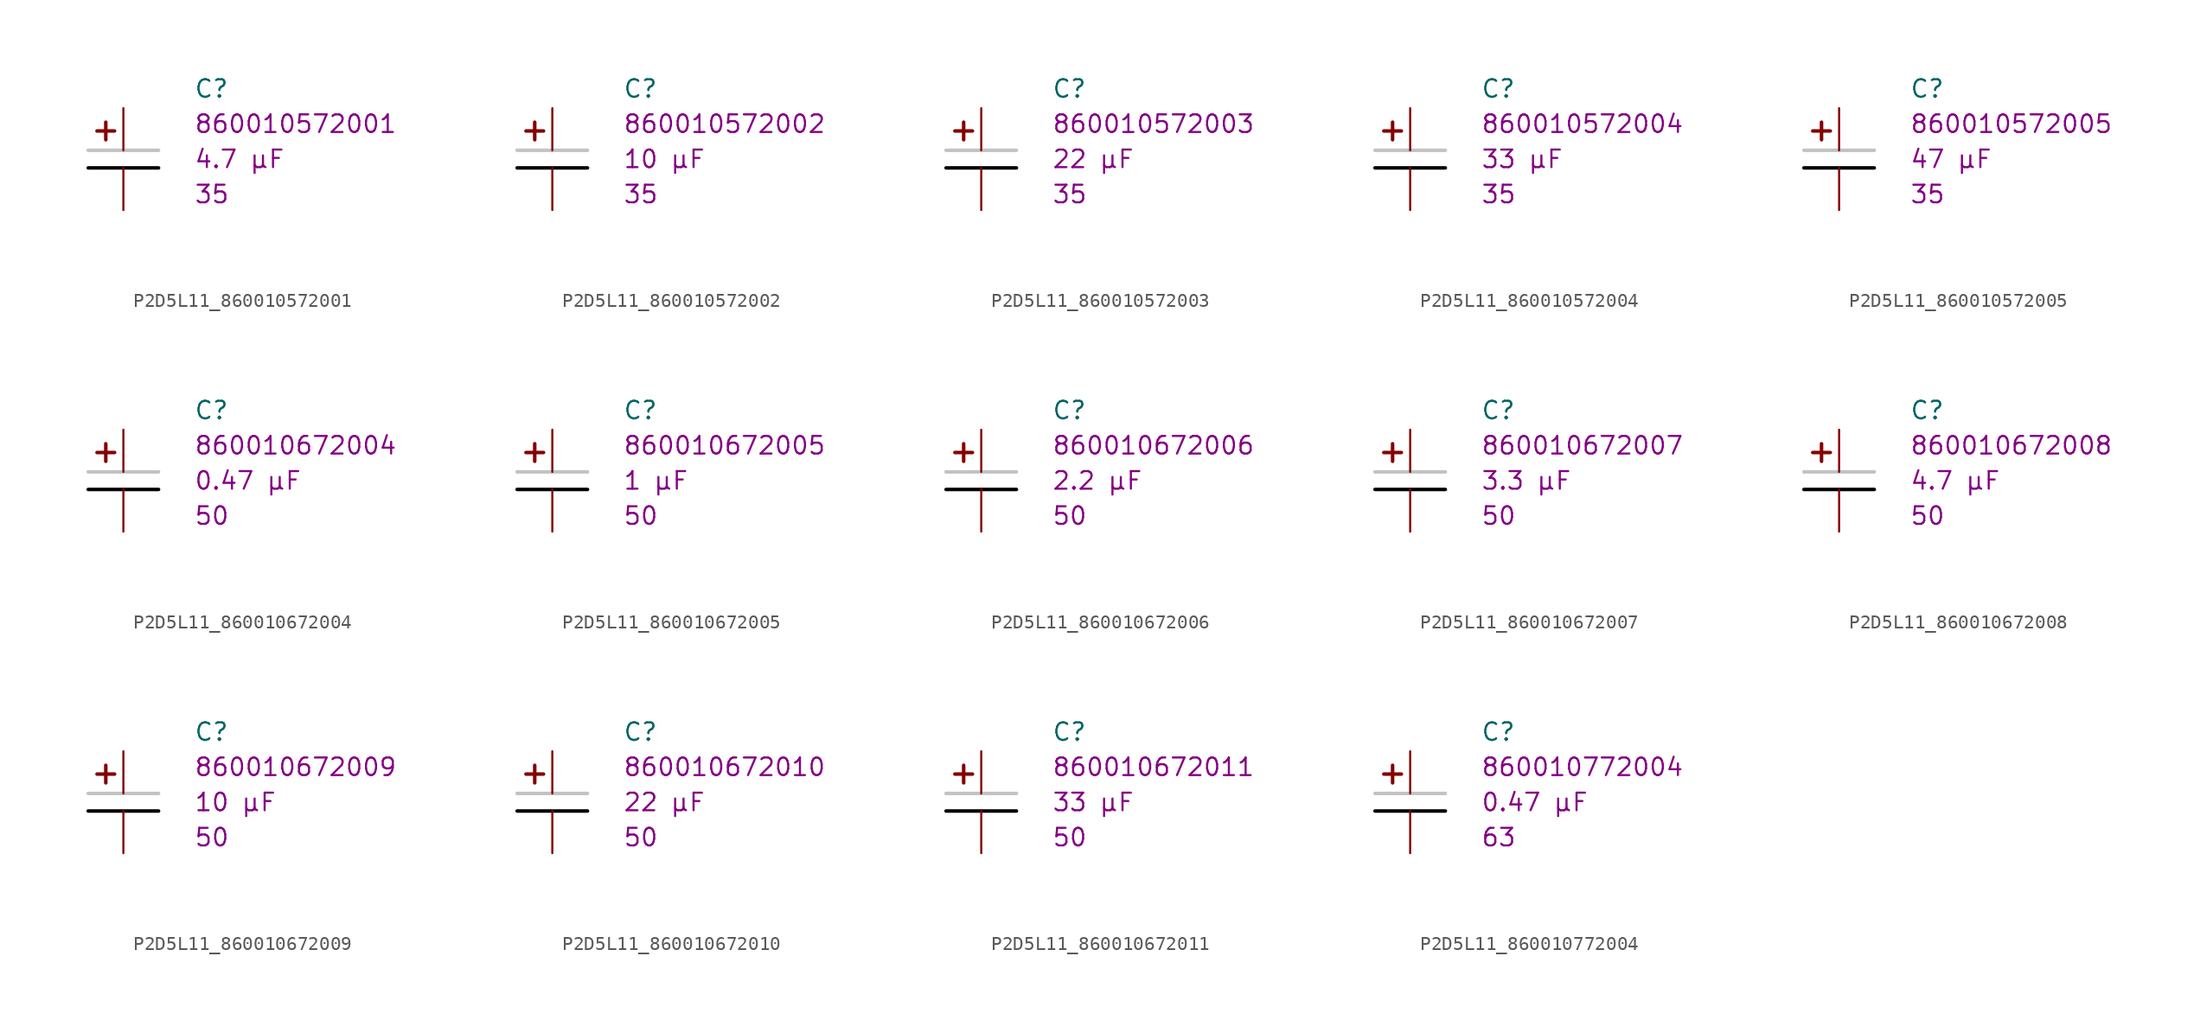
<source format=kicad_sym>
(kicad_symbol_lib
  (version 20220914)
  (generator kicad_symbol_editor)
  (symbol "P2D5L11_860010572001"
    (pin_numbers hide)
    (pin_names hide)
    (property "Reference" "C"
      (at 5.08 5.08 0)
      (effects (font (size 1.27 1.27)) (justify left)))
    (property "Part Number" "860010572001"
      (at 5.08 2.54 0)
      (effects (font (size 1.27 1.27)) (justify left)))
    (property "Capacitance" "4.7 µF"
      (at 5.08 0 0)
      (effects (font (size 1.27 1.27)) (justify left)))
    (property "Voltage" "35"
      (at 5.08 -2.54 0)
      (effects (font (size 1.27 1.27)) (justify left)))
    (property "Critical Parameter" ""
      (at 0 -7.62 0)
      (effects (font (size 1.27 1.27))))
    (symbol "P2D5L11_860010572001_1_1"
      (polyline (pts (xy -1.27 2.667) (xy -1.27 1.397)) (stroke (width 0.254) (type default)) (fill (type none)))
      (polyline (pts (xy -0.635 2.032) (xy -1.905 2.032)) (stroke (width 0.254) (type default)) (fill (type none)))
      (polyline (pts (xy 2.54 -0.635) (xy -2.54 -0.635)) (stroke (width 0.254) (type default) (color 0 0 0 1)) (fill (type none)))
      (polyline (pts (xy 2.54 0.635) (xy -2.54 0.635)) (stroke (width 0.254) (type default) (color 194 194 194 1)) (fill (type none)))
      (pin passive line (at 0 3.679 270) (length 3.044) (name "1" (effects (font (size 1.27 1.27)))) (number "1" (effects (font (size 1.27 1.27)))))
      (pin passive line (at 0 -3.679 90) (length 3.044) (name "2" (effects (font (size 1.27 1.27)))) (number "2" (effects (font (size 1.27 1.27)))))))
  (symbol "P2D5L11_860010572002"
    (pin_numbers hide)
    (pin_names hide)
    (property "Reference" "C"
      (at 5.08 5.08 0)
      (effects (font (size 1.27 1.27)) (justify left)))
    (property "Part Number" "860010572002"
      (at 5.08 2.54 0)
      (effects (font (size 1.27 1.27)) (justify left)))
    (property "Capacitance" "10 µF"
      (at 5.08 0 0)
      (effects (font (size 1.27 1.27)) (justify left)))
    (property "Voltage" "35"
      (at 5.08 -2.54 0)
      (effects (font (size 1.27 1.27)) (justify left)))
    (property "Critical Parameter" ""
      (at 0 -7.62 0)
      (effects (font (size 1.27 1.27))))
    (symbol "P2D5L11_860010572002_1_1"
      (polyline (pts (xy -1.27 2.667) (xy -1.27 1.397)) (stroke (width 0.254) (type default)) (fill (type none)))
      (polyline (pts (xy -0.635 2.032) (xy -1.905 2.032)) (stroke (width 0.254) (type default)) (fill (type none)))
      (polyline (pts (xy 2.54 -0.635) (xy -2.54 -0.635)) (stroke (width 0.254) (type default) (color 0 0 0 1)) (fill (type none)))
      (polyline (pts (xy 2.54 0.635) (xy -2.54 0.635)) (stroke (width 0.254) (type default) (color 194 194 194 1)) (fill (type none)))
      (pin passive line (at 0 3.679 270) (length 3.044) (name "1" (effects (font (size 1.27 1.27)))) (number "1" (effects (font (size 1.27 1.27)))))
      (pin passive line (at 0 -3.679 90) (length 3.044) (name "2" (effects (font (size 1.27 1.27)))) (number "2" (effects (font (size 1.27 1.27)))))))
  (symbol "P2D5L11_860010572003"
    (pin_numbers hide)
    (pin_names hide)
    (property "Reference" "C"
      (at 5.08 5.08 0)
      (effects (font (size 1.27 1.27)) (justify left)))
    (property "Part Number" "860010572003"
      (at 5.08 2.54 0)
      (effects (font (size 1.27 1.27)) (justify left)))
    (property "Capacitance" "22 µF"
      (at 5.08 0 0)
      (effects (font (size 1.27 1.27)) (justify left)))
    (property "Voltage" "35"
      (at 5.08 -2.54 0)
      (effects (font (size 1.27 1.27)) (justify left)))
    (property "Critical Parameter" ""
      (at 0 -7.62 0)
      (effects (font (size 1.27 1.27))))
    (symbol "P2D5L11_860010572003_1_1"
      (polyline (pts (xy -1.27 2.667) (xy -1.27 1.397)) (stroke (width 0.254) (type default)) (fill (type none)))
      (polyline (pts (xy -0.635 2.032) (xy -1.905 2.032)) (stroke (width 0.254) (type default)) (fill (type none)))
      (polyline (pts (xy 2.54 -0.635) (xy -2.54 -0.635)) (stroke (width 0.254) (type default) (color 0 0 0 1)) (fill (type none)))
      (polyline (pts (xy 2.54 0.635) (xy -2.54 0.635)) (stroke (width 0.254) (type default) (color 194 194 194 1)) (fill (type none)))
      (pin passive line (at 0 3.679 270) (length 3.044) (name "1" (effects (font (size 1.27 1.27)))) (number "1" (effects (font (size 1.27 1.27)))))
      (pin passive line (at 0 -3.679 90) (length 3.044) (name "2" (effects (font (size 1.27 1.27)))) (number "2" (effects (font (size 1.27 1.27)))))))
  (symbol "P2D5L11_860010572004"
    (pin_numbers hide)
    (pin_names hide)
    (property "Reference" "C"
      (at 5.08 5.08 0)
      (effects (font (size 1.27 1.27)) (justify left)))
    (property "Part Number" "860010572004"
      (at 5.08 2.54 0)
      (effects (font (size 1.27 1.27)) (justify left)))
    (property "Capacitance" "33 µF"
      (at 5.08 0 0)
      (effects (font (size 1.27 1.27)) (justify left)))
    (property "Voltage" "35"
      (at 5.08 -2.54 0)
      (effects (font (size 1.27 1.27)) (justify left)))
    (property "Critical Parameter" ""
      (at 0 -7.62 0)
      (effects (font (size 1.27 1.27))))
    (symbol "P2D5L11_860010572004_1_1"
      (polyline (pts (xy -1.27 2.667) (xy -1.27 1.397)) (stroke (width 0.254) (type default)) (fill (type none)))
      (polyline (pts (xy -0.635 2.032) (xy -1.905 2.032)) (stroke (width 0.254) (type default)) (fill (type none)))
      (polyline (pts (xy 2.54 -0.635) (xy -2.54 -0.635)) (stroke (width 0.254) (type default) (color 0 0 0 1)) (fill (type none)))
      (polyline (pts (xy 2.54 0.635) (xy -2.54 0.635)) (stroke (width 0.254) (type default) (color 194 194 194 1)) (fill (type none)))
      (pin passive line (at 0 3.679 270) (length 3.044) (name "1" (effects (font (size 1.27 1.27)))) (number "1" (effects (font (size 1.27 1.27)))))
      (pin passive line (at 0 -3.679 90) (length 3.044) (name "2" (effects (font (size 1.27 1.27)))) (number "2" (effects (font (size 1.27 1.27)))))))
  (symbol "P2D5L11_860010572005"
    (pin_numbers hide)
    (pin_names hide)
    (property "Reference" "C"
      (at 5.08 5.08 0)
      (effects (font (size 1.27 1.27)) (justify left)))
    (property "Part Number" "860010572005"
      (at 5.08 2.54 0)
      (effects (font (size 1.27 1.27)) (justify left)))
    (property "Capacitance" "47 µF"
      (at 5.08 0 0)
      (effects (font (size 1.27 1.27)) (justify left)))
    (property "Voltage" "35"
      (at 5.08 -2.54 0)
      (effects (font (size 1.27 1.27)) (justify left)))
    (property "Critical Parameter" ""
      (at 0 -7.62 0)
      (effects (font (size 1.27 1.27))))
    (symbol "P2D5L11_860010572005_1_1"
      (polyline (pts (xy -1.27 2.667) (xy -1.27 1.397)) (stroke (width 0.254) (type default)) (fill (type none)))
      (polyline (pts (xy -0.635 2.032) (xy -1.905 2.032)) (stroke (width 0.254) (type default)) (fill (type none)))
      (polyline (pts (xy 2.54 -0.635) (xy -2.54 -0.635)) (stroke (width 0.254) (type default) (color 0 0 0 1)) (fill (type none)))
      (polyline (pts (xy 2.54 0.635) (xy -2.54 0.635)) (stroke (width 0.254) (type default) (color 194 194 194 1)) (fill (type none)))
      (pin passive line (at 0 3.679 270) (length 3.044) (name "1" (effects (font (size 1.27 1.27)))) (number "1" (effects (font (size 1.27 1.27)))))
      (pin passive line (at 0 -3.679 90) (length 3.044) (name "2" (effects (font (size 1.27 1.27)))) (number "2" (effects (font (size 1.27 1.27)))))))
  (symbol "P2D5L11_860010672004"
    (pin_numbers hide)
    (pin_names hide)
    (property "Reference" "C"
      (at 5.08 5.08 0)
      (effects (font (size 1.27 1.27)) (justify left)))
    (property "Part Number" "860010672004"
      (at 5.08 2.54 0)
      (effects (font (size 1.27 1.27)) (justify left)))
    (property "Capacitance" "0.47 µF"
      (at 5.08 0 0)
      (effects (font (size 1.27 1.27)) (justify left)))
    (property "Voltage" "50"
      (at 5.08 -2.54 0)
      (effects (font (size 1.27 1.27)) (justify left)))
    (property "Critical Parameter" ""
      (at 0 -7.62 0)
      (effects (font (size 1.27 1.27))))
    (symbol "P2D5L11_860010672004_1_1"
      (polyline (pts (xy -1.27 2.667) (xy -1.27 1.397)) (stroke (width 0.254) (type default)) (fill (type none)))
      (polyline (pts (xy -0.635 2.032) (xy -1.905 2.032)) (stroke (width 0.254) (type default)) (fill (type none)))
      (polyline (pts (xy 2.54 -0.635) (xy -2.54 -0.635)) (stroke (width 0.254) (type default) (color 0 0 0 1)) (fill (type none)))
      (polyline (pts (xy 2.54 0.635) (xy -2.54 0.635)) (stroke (width 0.254) (type default) (color 194 194 194 1)) (fill (type none)))
      (pin passive line (at 0 3.679 270) (length 3.044) (name "1" (effects (font (size 1.27 1.27)))) (number "1" (effects (font (size 1.27 1.27)))))
      (pin passive line (at 0 -3.679 90) (length 3.044) (name "2" (effects (font (size 1.27 1.27)))) (number "2" (effects (font (size 1.27 1.27)))))))
  (symbol "P2D5L11_860010672005"
    (pin_numbers hide)
    (pin_names hide)
    (property "Reference" "C"
      (at 5.08 5.08 0)
      (effects (font (size 1.27 1.27)) (justify left)))
    (property "Part Number" "860010672005"
      (at 5.08 2.54 0)
      (effects (font (size 1.27 1.27)) (justify left)))
    (property "Capacitance" "1 µF"
      (at 5.08 0 0)
      (effects (font (size 1.27 1.27)) (justify left)))
    (property "Voltage" "50"
      (at 5.08 -2.54 0)
      (effects (font (size 1.27 1.27)) (justify left)))
    (property "Critical Parameter" ""
      (at 0 -7.62 0)
      (effects (font (size 1.27 1.27))))
    (symbol "P2D5L11_860010672005_1_1"
      (polyline (pts (xy -1.27 2.667) (xy -1.27 1.397)) (stroke (width 0.254) (type default)) (fill (type none)))
      (polyline (pts (xy -0.635 2.032) (xy -1.905 2.032)) (stroke (width 0.254) (type default)) (fill (type none)))
      (polyline (pts (xy 2.54 -0.635) (xy -2.54 -0.635)) (stroke (width 0.254) (type default) (color 0 0 0 1)) (fill (type none)))
      (polyline (pts (xy 2.54 0.635) (xy -2.54 0.635)) (stroke (width 0.254) (type default) (color 194 194 194 1)) (fill (type none)))
      (pin passive line (at 0 3.679 270) (length 3.044) (name "1" (effects (font (size 1.27 1.27)))) (number "1" (effects (font (size 1.27 1.27)))))
      (pin passive line (at 0 -3.679 90) (length 3.044) (name "2" (effects (font (size 1.27 1.27)))) (number "2" (effects (font (size 1.27 1.27)))))))
  (symbol "P2D5L11_860010672006"
    (pin_numbers hide)
    (pin_names hide)
    (property "Reference" "C"
      (at 5.08 5.08 0)
      (effects (font (size 1.27 1.27)) (justify left)))
    (property "Part Number" "860010672006"
      (at 5.08 2.54 0)
      (effects (font (size 1.27 1.27)) (justify left)))
    (property "Capacitance" "2.2 µF"
      (at 5.08 0 0)
      (effects (font (size 1.27 1.27)) (justify left)))
    (property "Voltage" "50"
      (at 5.08 -2.54 0)
      (effects (font (size 1.27 1.27)) (justify left)))
    (property "Critical Parameter" ""
      (at 0 -7.62 0)
      (effects (font (size 1.27 1.27))))
    (symbol "P2D5L11_860010672006_1_1"
      (polyline (pts (xy -1.27 2.667) (xy -1.27 1.397)) (stroke (width 0.254) (type default)) (fill (type none)))
      (polyline (pts (xy -0.635 2.032) (xy -1.905 2.032)) (stroke (width 0.254) (type default)) (fill (type none)))
      (polyline (pts (xy 2.54 -0.635) (xy -2.54 -0.635)) (stroke (width 0.254) (type default) (color 0 0 0 1)) (fill (type none)))
      (polyline (pts (xy 2.54 0.635) (xy -2.54 0.635)) (stroke (width 0.254) (type default) (color 194 194 194 1)) (fill (type none)))
      (pin passive line (at 0 3.679 270) (length 3.044) (name "1" (effects (font (size 1.27 1.27)))) (number "1" (effects (font (size 1.27 1.27)))))
      (pin passive line (at 0 -3.679 90) (length 3.044) (name "2" (effects (font (size 1.27 1.27)))) (number "2" (effects (font (size 1.27 1.27)))))))
  (symbol "P2D5L11_860010672007"
    (pin_numbers hide)
    (pin_names hide)
    (property "Reference" "C"
      (at 5.08 5.08 0)
      (effects (font (size 1.27 1.27)) (justify left)))
    (property "Part Number" "860010672007"
      (at 5.08 2.54 0)
      (effects (font (size 1.27 1.27)) (justify left)))
    (property "Capacitance" "3.3 µF"
      (at 5.08 0 0)
      (effects (font (size 1.27 1.27)) (justify left)))
    (property "Voltage" "50"
      (at 5.08 -2.54 0)
      (effects (font (size 1.27 1.27)) (justify left)))
    (property "Critical Parameter" ""
      (at 0 -7.62 0)
      (effects (font (size 1.27 1.27))))
    (symbol "P2D5L11_860010672007_1_1"
      (polyline (pts (xy -1.27 2.667) (xy -1.27 1.397)) (stroke (width 0.254) (type default)) (fill (type none)))
      (polyline (pts (xy -0.635 2.032) (xy -1.905 2.032)) (stroke (width 0.254) (type default)) (fill (type none)))
      (polyline (pts (xy 2.54 -0.635) (xy -2.54 -0.635)) (stroke (width 0.254) (type default) (color 0 0 0 1)) (fill (type none)))
      (polyline (pts (xy 2.54 0.635) (xy -2.54 0.635)) (stroke (width 0.254) (type default) (color 194 194 194 1)) (fill (type none)))
      (pin passive line (at 0 3.679 270) (length 3.044) (name "1" (effects (font (size 1.27 1.27)))) (number "1" (effects (font (size 1.27 1.27)))))
      (pin passive line (at 0 -3.679 90) (length 3.044) (name "2" (effects (font (size 1.27 1.27)))) (number "2" (effects (font (size 1.27 1.27)))))))
  (symbol "P2D5L11_860010672008"
    (pin_numbers hide)
    (pin_names hide)
    (property "Reference" "C"
      (at 5.08 5.08 0)
      (effects (font (size 1.27 1.27)) (justify left)))
    (property "Part Number" "860010672008"
      (at 5.08 2.54 0)
      (effects (font (size 1.27 1.27)) (justify left)))
    (property "Capacitance" "4.7 µF"
      (at 5.08 0 0)
      (effects (font (size 1.27 1.27)) (justify left)))
    (property "Voltage" "50"
      (at 5.08 -2.54 0)
      (effects (font (size 1.27 1.27)) (justify left)))
    (property "Critical Parameter" ""
      (at 0 -7.62 0)
      (effects (font (size 1.27 1.27))))
    (symbol "P2D5L11_860010672008_1_1"
      (polyline (pts (xy -1.27 2.667) (xy -1.27 1.397)) (stroke (width 0.254) (type default)) (fill (type none)))
      (polyline (pts (xy -0.635 2.032) (xy -1.905 2.032)) (stroke (width 0.254) (type default)) (fill (type none)))
      (polyline (pts (xy 2.54 -0.635) (xy -2.54 -0.635)) (stroke (width 0.254) (type default) (color 0 0 0 1)) (fill (type none)))
      (polyline (pts (xy 2.54 0.635) (xy -2.54 0.635)) (stroke (width 0.254) (type default) (color 194 194 194 1)) (fill (type none)))
      (pin passive line (at 0 3.679 270) (length 3.044) (name "1" (effects (font (size 1.27 1.27)))) (number "1" (effects (font (size 1.27 1.27)))))
      (pin passive line (at 0 -3.679 90) (length 3.044) (name "2" (effects (font (size 1.27 1.27)))) (number "2" (effects (font (size 1.27 1.27)))))))
  (symbol "P2D5L11_860010672009"
    (pin_numbers hide)
    (pin_names hide)
    (property "Reference" "C"
      (at 5.08 5.08 0)
      (effects (font (size 1.27 1.27)) (justify left)))
    (property "Part Number" "860010672009"
      (at 5.08 2.54 0)
      (effects (font (size 1.27 1.27)) (justify left)))
    (property "Capacitance" "10 µF"
      (at 5.08 0 0)
      (effects (font (size 1.27 1.27)) (justify left)))
    (property "Voltage" "50"
      (at 5.08 -2.54 0)
      (effects (font (size 1.27 1.27)) (justify left)))
    (property "Critical Parameter" ""
      (at 0 -7.62 0)
      (effects (font (size 1.27 1.27))))
    (symbol "P2D5L11_860010672009_1_1"
      (polyline (pts (xy -1.27 2.667) (xy -1.27 1.397)) (stroke (width 0.254) (type default)) (fill (type none)))
      (polyline (pts (xy -0.635 2.032) (xy -1.905 2.032)) (stroke (width 0.254) (type default)) (fill (type none)))
      (polyline (pts (xy 2.54 -0.635) (xy -2.54 -0.635)) (stroke (width 0.254) (type default) (color 0 0 0 1)) (fill (type none)))
      (polyline (pts (xy 2.54 0.635) (xy -2.54 0.635)) (stroke (width 0.254) (type default) (color 194 194 194 1)) (fill (type none)))
      (pin passive line (at 0 3.679 270) (length 3.044) (name "1" (effects (font (size 1.27 1.27)))) (number "1" (effects (font (size 1.27 1.27)))))
      (pin passive line (at 0 -3.679 90) (length 3.044) (name "2" (effects (font (size 1.27 1.27)))) (number "2" (effects (font (size 1.27 1.27)))))))
  (symbol "P2D5L11_860010672010"
    (pin_numbers hide)
    (pin_names hide)
    (property "Reference" "C"
      (at 5.08 5.08 0)
      (effects (font (size 1.27 1.27)) (justify left)))
    (property "Part Number" "860010672010"
      (at 5.08 2.54 0)
      (effects (font (size 1.27 1.27)) (justify left)))
    (property "Capacitance" "22 µF"
      (at 5.08 0 0)
      (effects (font (size 1.27 1.27)) (justify left)))
    (property "Voltage" "50"
      (at 5.08 -2.54 0)
      (effects (font (size 1.27 1.27)) (justify left)))
    (property "Critical Parameter" ""
      (at 0 -7.62 0)
      (effects (font (size 1.27 1.27))))
    (symbol "P2D5L11_860010672010_1_1"
      (polyline (pts (xy -1.27 2.667) (xy -1.27 1.397)) (stroke (width 0.254) (type default)) (fill (type none)))
      (polyline (pts (xy -0.635 2.032) (xy -1.905 2.032)) (stroke (width 0.254) (type default)) (fill (type none)))
      (polyline (pts (xy 2.54 -0.635) (xy -2.54 -0.635)) (stroke (width 0.254) (type default) (color 0 0 0 1)) (fill (type none)))
      (polyline (pts (xy 2.54 0.635) (xy -2.54 0.635)) (stroke (width 0.254) (type default) (color 194 194 194 1)) (fill (type none)))
      (pin passive line (at 0 3.679 270) (length 3.044) (name "1" (effects (font (size 1.27 1.27)))) (number "1" (effects (font (size 1.27 1.27)))))
      (pin passive line (at 0 -3.679 90) (length 3.044) (name "2" (effects (font (size 1.27 1.27)))) (number "2" (effects (font (size 1.27 1.27)))))))
  (symbol "P2D5L11_860010672011"
    (pin_numbers hide)
    (pin_names hide)
    (property "Reference" "C"
      (at 5.08 5.08 0)
      (effects (font (size 1.27 1.27)) (justify left)))
    (property "Part Number" "860010672011"
      (at 5.08 2.54 0)
      (effects (font (size 1.27 1.27)) (justify left)))
    (property "Capacitance" "33 µF"
      (at 5.08 0 0)
      (effects (font (size 1.27 1.27)) (justify left)))
    (property "Voltage" "50"
      (at 5.08 -2.54 0)
      (effects (font (size 1.27 1.27)) (justify left)))
    (property "Critical Parameter" ""
      (at 0 -7.62 0)
      (effects (font (size 1.27 1.27))))
    (symbol "P2D5L11_860010672011_1_1"
      (polyline (pts (xy -1.27 2.667) (xy -1.27 1.397)) (stroke (width 0.254) (type default)) (fill (type none)))
      (polyline (pts (xy -0.635 2.032) (xy -1.905 2.032)) (stroke (width 0.254) (type default)) (fill (type none)))
      (polyline (pts (xy 2.54 -0.635) (xy -2.54 -0.635)) (stroke (width 0.254) (type default) (color 0 0 0 1)) (fill (type none)))
      (polyline (pts (xy 2.54 0.635) (xy -2.54 0.635)) (stroke (width 0.254) (type default) (color 194 194 194 1)) (fill (type none)))
      (pin passive line (at 0 3.679 270) (length 3.044) (name "1" (effects (font (size 1.27 1.27)))) (number "1" (effects (font (size 1.27 1.27)))))
      (pin passive line (at 0 -3.679 90) (length 3.044) (name "2" (effects (font (size 1.27 1.27)))) (number "2" (effects (font (size 1.27 1.27)))))))
  (symbol "P2D5L11_860010772004"
    (pin_numbers hide)
    (pin_names hide)
    (property "Reference" "C"
      (at 5.08 5.08 0)
      (effects (font (size 1.27 1.27)) (justify left)))
    (property "Part Number" "860010772004"
      (at 5.08 2.54 0)
      (effects (font (size 1.27 1.27)) (justify left)))
    (property "Capacitance" "0.47 µF"
      (at 5.08 0 0)
      (effects (font (size 1.27 1.27)) (justify left)))
    (property "Voltage" "63"
      (at 5.08 -2.54 0)
      (effects (font (size 1.27 1.27)) (justify left)))
    (property "Critical Parameter" ""
      (at 0 -7.62 0)
      (effects (font (size 1.27 1.27))))
    (symbol "P2D5L11_860010772004_1_1"
      (polyline (pts (xy -1.27 2.667) (xy -1.27 1.397)) (stroke (width 0.254) (type default)) (fill (type none)))
      (polyline (pts (xy -0.635 2.032) (xy -1.905 2.032)) (stroke (width 0.254) (type default)) (fill (type none)))
      (polyline (pts (xy 2.54 -0.635) (xy -2.54 -0.635)) (stroke (width 0.254) (type default) (color 0 0 0 1)) (fill (type none)))
      (polyline (pts (xy 2.54 0.635) (xy -2.54 0.635)) (stroke (width 0.254) (type default) (color 194 194 194 1)) (fill (type none)))
      (pin passive line (at 0 3.679 270) (length 3.044) (name "1" (effects (font (size 1.27 1.27)))) (number "1" (effects (font (size 1.27 1.27)))))
      (pin passive line (at 0 -3.679 90) (length 3.044) (name "2" (effects (font (size 1.27 1.27)))) (number "2" (effects (font (size 1.27 1.27))))))))
</source>
